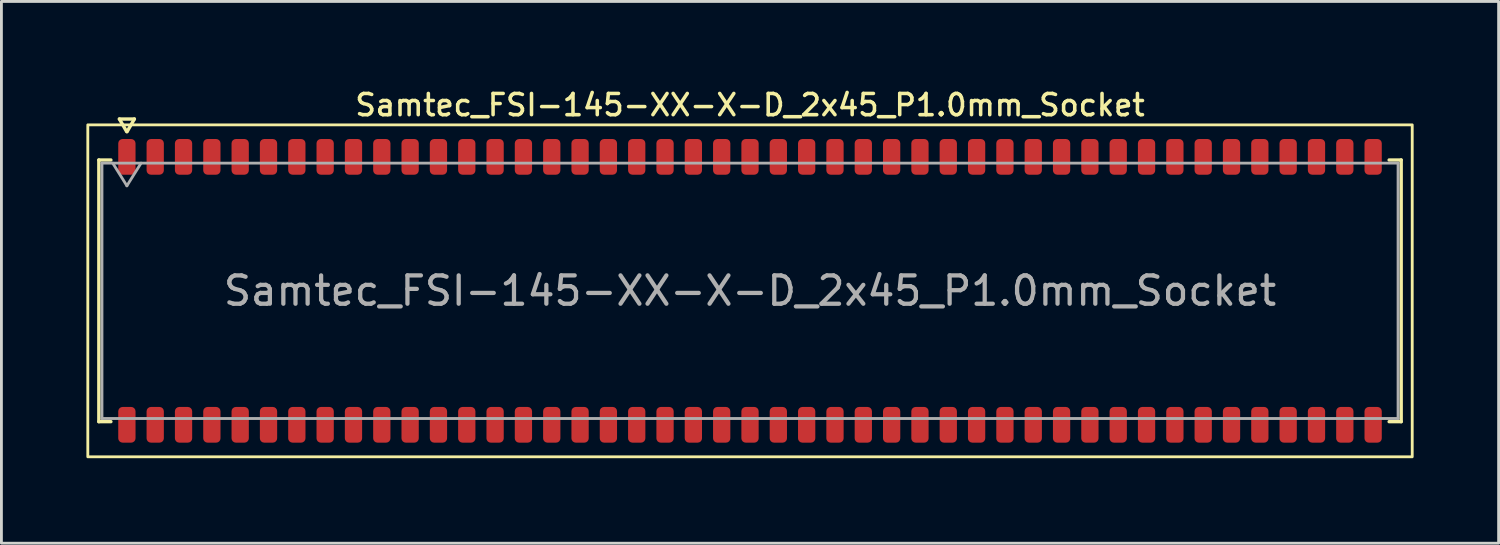
<source format=kicad_pcb>
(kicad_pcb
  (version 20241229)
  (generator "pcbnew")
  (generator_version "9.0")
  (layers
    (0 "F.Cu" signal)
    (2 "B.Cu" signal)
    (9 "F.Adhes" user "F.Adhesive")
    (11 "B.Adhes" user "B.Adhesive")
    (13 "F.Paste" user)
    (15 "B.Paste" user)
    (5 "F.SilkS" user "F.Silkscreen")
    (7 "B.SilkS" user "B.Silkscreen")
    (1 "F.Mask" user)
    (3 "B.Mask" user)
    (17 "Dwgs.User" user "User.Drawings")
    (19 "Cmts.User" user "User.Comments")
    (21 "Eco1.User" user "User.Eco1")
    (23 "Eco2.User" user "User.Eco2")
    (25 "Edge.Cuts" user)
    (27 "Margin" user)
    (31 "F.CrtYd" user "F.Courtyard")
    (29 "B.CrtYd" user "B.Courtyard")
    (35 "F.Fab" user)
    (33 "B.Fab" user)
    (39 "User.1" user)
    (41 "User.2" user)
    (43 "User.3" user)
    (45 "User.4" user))
  (footprint "Samtec_FSI-145-XX-X-D_2x45_P1.0mm_Socket"
    (layer "F.Cu")
    (at 23.43 7.218)
    (property "Reference" "Samtec_FSI-145-XX-X-D_2x45_P1.0mm_Socket" (at 0 -6.56 0) (layer "F.SilkS") (effects (font (size 0.75 0.75) (thickness 0.125))))
    (attr smd)
    (fp_line (start -22.99 -4.619) (end -22.565 -4.619) (stroke (width 0.12) (type solid)) (layer "F.SilkS"))
    (fp_line (start -22.99 4.619) (end -22.99 -4.619) (stroke (width 0.12) (type solid)) (layer "F.SilkS"))
    (fp_line (start -22.565 4.619) (end -22.99 4.619) (stroke (width 0.12) (type solid)) (layer "F.SilkS"))
    (fp_line (start -22.264 -6.066) (end -22.007 -5.62) (stroke (width 0.12) (type solid)) (layer "F.SilkS"))
    (fp_line (start -21.993 -5.62) (end -21.736 -6.066) (stroke (width 0.12) (type solid)) (layer "F.SilkS"))
    (fp_line (start -21.736 -6.066) (end -22.264 -6.066) (stroke (width 0.12) (type solid)) (layer "F.SilkS"))
    (fp_line (start 22.565 -4.619) (end 22.99 -4.619) (stroke (width 0.12) (type solid)) (layer "F.SilkS"))
    (fp_line (start 22.99 -4.619) (end 22.99 4.619) (stroke (width 0.12) (type solid)) (layer "F.SilkS"))
    (fp_line (start 22.99 4.619) (end 22.565 4.619) (stroke (width 0.12) (type solid)) (layer "F.SilkS"))
    (fp_rect (start -23.38 -5.86) (end 23.38 5.86) (stroke (width 0.1) (type solid)) (fill no) (layer "F.SilkS"))
    (fp_line (start -22.88 -4.508) (end 22.88 -4.508) (stroke (width 0.1) (type solid)) (layer "F.Fab"))
    (fp_line (start -22.88 4.508) (end -22.88 -4.508) (stroke (width 0.1) (type solid)) (layer "F.Fab"))
    (fp_line (start -22.5 -4.508) (end -22 -3.708) (stroke (width 0.1) (type solid)) (layer "F.Fab"))
    (fp_line (start -22 -3.708) (end -21.5 -4.508) (stroke (width 0.1) (type solid)) (layer "F.Fab"))
    (fp_line (start 22.88 -4.508) (end 22.88 4.508) (stroke (width 0.1) (type solid)) (layer "F.Fab"))
    (fp_line (start 22.88 4.508) (end -22.88 4.508) (stroke (width 0.1) (type solid)) (layer "F.Fab"))
    (fp_text user "${REFERENCE}" (at 0 0 0) (layer "F.Fab") (effects (font (size 1 1) (thickness 0.15))))
    (pad "1" smd roundrect (at -22 -4.73) (size 0.61 1.26) (layers "F.Cu" "F.Mask" "F.Paste") (roundrect_rratio 0.25))
    (pad "2" smd roundrect (at -22 4.73) (size 0.61 1.26) (layers "F.Cu" "F.Mask" "F.Paste") (roundrect_rratio 0.25))
    (pad "3" smd roundrect (at -21 -4.73) (size 0.61 1.26) (layers "F.Cu" "F.Mask" "F.Paste") (roundrect_rratio 0.25))
    (pad "4" smd roundrect (at -21 4.73) (size 0.61 1.26) (layers "F.Cu" "F.Mask" "F.Paste") (roundrect_rratio 0.25))
    (pad "5" smd roundrect (at -20 -4.73) (size 0.61 1.26) (layers "F.Cu" "F.Mask" "F.Paste") (roundrect_rratio 0.25))
    (pad "6" smd roundrect (at -20 4.73) (size 0.61 1.26) (layers "F.Cu" "F.Mask" "F.Paste") (roundrect_rratio 0.25))
    (pad "7" smd roundrect (at -19 -4.73) (size 0.61 1.26) (layers "F.Cu" "F.Mask" "F.Paste") (roundrect_rratio 0.25))
    (pad "8" smd roundrect (at -19 4.73) (size 0.61 1.26) (layers "F.Cu" "F.Mask" "F.Paste") (roundrect_rratio 0.25))
    (pad "9" smd roundrect (at -18 -4.73) (size 0.61 1.26) (layers "F.Cu" "F.Mask" "F.Paste") (roundrect_rratio 0.25))
    (pad "10" smd roundrect (at -18 4.73) (size 0.61 1.26) (layers "F.Cu" "F.Mask" "F.Paste") (roundrect_rratio 0.25))
    (pad "11" smd roundrect (at -17 -4.73) (size 0.61 1.26) (layers "F.Cu" "F.Mask" "F.Paste") (roundrect_rratio 0.25))
    (pad "12" smd roundrect (at -17 4.73) (size 0.61 1.26) (layers "F.Cu" "F.Mask" "F.Paste") (roundrect_rratio 0.25))
    (pad "13" smd roundrect (at -16 -4.73) (size 0.61 1.26) (layers "F.Cu" "F.Mask" "F.Paste") (roundrect_rratio 0.25))
    (pad "14" smd roundrect (at -16 4.73) (size 0.61 1.26) (layers "F.Cu" "F.Mask" "F.Paste") (roundrect_rratio 0.25))
    (pad "15" smd roundrect (at -15 -4.73) (size 0.61 1.26) (layers "F.Cu" "F.Mask" "F.Paste") (roundrect_rratio 0.25))
    (pad "16" smd roundrect (at -15 4.73) (size 0.61 1.26) (layers "F.Cu" "F.Mask" "F.Paste") (roundrect_rratio 0.25))
    (pad "17" smd roundrect (at -14 -4.73) (size 0.61 1.26) (layers "F.Cu" "F.Mask" "F.Paste") (roundrect_rratio 0.25))
    (pad "18" smd roundrect (at -14 4.73) (size 0.61 1.26) (layers "F.Cu" "F.Mask" "F.Paste") (roundrect_rratio 0.25))
    (pad "19" smd roundrect (at -13 -4.73) (size 0.61 1.26) (layers "F.Cu" "F.Mask" "F.Paste") (roundrect_rratio 0.25))
    (pad "20" smd roundrect (at -13 4.73) (size 0.61 1.26) (layers "F.Cu" "F.Mask" "F.Paste") (roundrect_rratio 0.25))
    (pad "21" smd roundrect (at -12 -4.73) (size 0.61 1.26) (layers "F.Cu" "F.Mask" "F.Paste") (roundrect_rratio 0.25))
    (pad "22" smd roundrect (at -12 4.73) (size 0.61 1.26) (layers "F.Cu" "F.Mask" "F.Paste") (roundrect_rratio 0.25))
    (pad "23" smd roundrect (at -11 -4.73) (size 0.61 1.26) (layers "F.Cu" "F.Mask" "F.Paste") (roundrect_rratio 0.25))
    (pad "24" smd roundrect (at -11 4.73) (size 0.61 1.26) (layers "F.Cu" "F.Mask" "F.Paste") (roundrect_rratio 0.25))
    (pad "25" smd roundrect (at -10 -4.73) (size 0.61 1.26) (layers "F.Cu" "F.Mask" "F.Paste") (roundrect_rratio 0.25))
    (pad "26" smd roundrect (at -10 4.73) (size 0.61 1.26) (layers "F.Cu" "F.Mask" "F.Paste") (roundrect_rratio 0.25))
    (pad "27" smd roundrect (at -9 -4.73) (size 0.61 1.26) (layers "F.Cu" "F.Mask" "F.Paste") (roundrect_rratio 0.25))
    (pad "28" smd roundrect (at -9 4.73) (size 0.61 1.26) (layers "F.Cu" "F.Mask" "F.Paste") (roundrect_rratio 0.25))
    (pad "29" smd roundrect (at -8 -4.73) (size 0.61 1.26) (layers "F.Cu" "F.Mask" "F.Paste") (roundrect_rratio 0.25))
    (pad "30" smd roundrect (at -8 4.73) (size 0.61 1.26) (layers "F.Cu" "F.Mask" "F.Paste") (roundrect_rratio 0.25))
    (pad "31" smd roundrect (at -7 -4.73) (size 0.61 1.26) (layers "F.Cu" "F.Mask" "F.Paste") (roundrect_rratio 0.25))
    (pad "32" smd roundrect (at -7 4.73) (size 0.61 1.26) (layers "F.Cu" "F.Mask" "F.Paste") (roundrect_rratio 0.25))
    (pad "33" smd roundrect (at -6 -4.73) (size 0.61 1.26) (layers "F.Cu" "F.Mask" "F.Paste") (roundrect_rratio 0.25))
    (pad "34" smd roundrect (at -6 4.73) (size 0.61 1.26) (layers "F.Cu" "F.Mask" "F.Paste") (roundrect_rratio 0.25))
    (pad "35" smd roundrect (at -5 -4.73) (size 0.61 1.26) (layers "F.Cu" "F.Mask" "F.Paste") (roundrect_rratio 0.25))
    (pad "36" smd roundrect (at -5 4.73) (size 0.61 1.26) (layers "F.Cu" "F.Mask" "F.Paste") (roundrect_rratio 0.25))
    (pad "37" smd roundrect (at -4 -4.73) (size 0.61 1.26) (layers "F.Cu" "F.Mask" "F.Paste") (roundrect_rratio 0.25))
    (pad "38" smd roundrect (at -4 4.73) (size 0.61 1.26) (layers "F.Cu" "F.Mask" "F.Paste") (roundrect_rratio 0.25))
    (pad "39" smd roundrect (at -3 -4.73) (size 0.61 1.26) (layers "F.Cu" "F.Mask" "F.Paste") (roundrect_rratio 0.25))
    (pad "40" smd roundrect (at -3 4.73) (size 0.61 1.26) (layers "F.Cu" "F.Mask" "F.Paste") (roundrect_rratio 0.25))
    (pad "41" smd roundrect (at -2 -4.73) (size 0.61 1.26) (layers "F.Cu" "F.Mask" "F.Paste") (roundrect_rratio 0.25))
    (pad "42" smd roundrect (at -2 4.73) (size 0.61 1.26) (layers "F.Cu" "F.Mask" "F.Paste") (roundrect_rratio 0.25))
    (pad "43" smd roundrect (at -1 -4.73) (size 0.61 1.26) (layers "F.Cu" "F.Mask" "F.Paste") (roundrect_rratio 0.25))
    (pad "44" smd roundrect (at -1 4.73) (size 0.61 1.26) (layers "F.Cu" "F.Mask" "F.Paste") (roundrect_rratio 0.25))
    (pad "45" smd roundrect (at 0 -4.73) (size 0.61 1.26) (layers "F.Cu" "F.Mask" "F.Paste") (roundrect_rratio 0.25))
    (pad "46" smd roundrect (at 0 4.73) (size 0.61 1.26) (layers "F.Cu" "F.Mask" "F.Paste") (roundrect_rratio 0.25))
    (pad "47" smd roundrect (at 1 -4.73) (size 0.61 1.26) (layers "F.Cu" "F.Mask" "F.Paste") (roundrect_rratio 0.25))
    (pad "48" smd roundrect (at 1 4.73) (size 0.61 1.26) (layers "F.Cu" "F.Mask" "F.Paste") (roundrect_rratio 0.25))
    (pad "49" smd roundrect (at 2 -4.73) (size 0.61 1.26) (layers "F.Cu" "F.Mask" "F.Paste") (roundrect_rratio 0.25))
    (pad "50" smd roundrect (at 2 4.73) (size 0.61 1.26) (layers "F.Cu" "F.Mask" "F.Paste") (roundrect_rratio 0.25))
    (pad "51" smd roundrect (at 3 -4.73) (size 0.61 1.26) (layers "F.Cu" "F.Mask" "F.Paste") (roundrect_rratio 0.25))
    (pad "52" smd roundrect (at 3 4.73) (size 0.61 1.26) (layers "F.Cu" "F.Mask" "F.Paste") (roundrect_rratio 0.25))
    (pad "53" smd roundrect (at 4 -4.73) (size 0.61 1.26) (layers "F.Cu" "F.Mask" "F.Paste") (roundrect_rratio 0.25))
    (pad "54" smd roundrect (at 4 4.73) (size 0.61 1.26) (layers "F.Cu" "F.Mask" "F.Paste") (roundrect_rratio 0.25))
    (pad "55" smd roundrect (at 5 -4.73) (size 0.61 1.26) (layers "F.Cu" "F.Mask" "F.Paste") (roundrect_rratio 0.25))
    (pad "56" smd roundrect (at 5 4.73) (size 0.61 1.26) (layers "F.Cu" "F.Mask" "F.Paste") (roundrect_rratio 0.25))
    (pad "57" smd roundrect (at 6 -4.73) (size 0.61 1.26) (layers "F.Cu" "F.Mask" "F.Paste") (roundrect_rratio 0.25))
    (pad "58" smd roundrect (at 6 4.73) (size 0.61 1.26) (layers "F.Cu" "F.Mask" "F.Paste") (roundrect_rratio 0.25))
    (pad "59" smd roundrect (at 7 -4.73) (size 0.61 1.26) (layers "F.Cu" "F.Mask" "F.Paste") (roundrect_rratio 0.25))
    (pad "60" smd roundrect (at 7 4.73) (size 0.61 1.26) (layers "F.Cu" "F.Mask" "F.Paste") (roundrect_rratio 0.25))
    (pad "61" smd roundrect (at 8 -4.73) (size 0.61 1.26) (layers "F.Cu" "F.Mask" "F.Paste") (roundrect_rratio 0.25))
    (pad "62" smd roundrect (at 8 4.73) (size 0.61 1.26) (layers "F.Cu" "F.Mask" "F.Paste") (roundrect_rratio 0.25))
    (pad "63" smd roundrect (at 9 -4.73) (size 0.61 1.26) (layers "F.Cu" "F.Mask" "F.Paste") (roundrect_rratio 0.25))
    (pad "64" smd roundrect (at 9 4.73) (size 0.61 1.26) (layers "F.Cu" "F.Mask" "F.Paste") (roundrect_rratio 0.25))
    (pad "65" smd roundrect (at 10 -4.73) (size 0.61 1.26) (layers "F.Cu" "F.Mask" "F.Paste") (roundrect_rratio 0.25))
    (pad "66" smd roundrect (at 10 4.73) (size 0.61 1.26) (layers "F.Cu" "F.Mask" "F.Paste") (roundrect_rratio 0.25))
    (pad "67" smd roundrect (at 11 -4.73) (size 0.61 1.26) (layers "F.Cu" "F.Mask" "F.Paste") (roundrect_rratio 0.25))
    (pad "68" smd roundrect (at 11 4.73) (size 0.61 1.26) (layers "F.Cu" "F.Mask" "F.Paste") (roundrect_rratio 0.25))
    (pad "69" smd roundrect (at 12 -4.73) (size 0.61 1.26) (layers "F.Cu" "F.Mask" "F.Paste") (roundrect_rratio 0.25))
    (pad "70" smd roundrect (at 12 4.73) (size 0.61 1.26) (layers "F.Cu" "F.Mask" "F.Paste") (roundrect_rratio 0.25))
    (pad "71" smd roundrect (at 13 -4.73) (size 0.61 1.26) (layers "F.Cu" "F.Mask" "F.Paste") (roundrect_rratio 0.25))
    (pad "72" smd roundrect (at 13 4.73) (size 0.61 1.26) (layers "F.Cu" "F.Mask" "F.Paste") (roundrect_rratio 0.25))
    (pad "73" smd roundrect (at 14 -4.73) (size 0.61 1.26) (layers "F.Cu" "F.Mask" "F.Paste") (roundrect_rratio 0.25))
    (pad "74" smd roundrect (at 14 4.73) (size 0.61 1.26) (layers "F.Cu" "F.Mask" "F.Paste") (roundrect_rratio 0.25))
    (pad "75" smd roundrect (at 15 -4.73) (size 0.61 1.26) (layers "F.Cu" "F.Mask" "F.Paste") (roundrect_rratio 0.25))
    (pad "76" smd roundrect (at 15 4.73) (size 0.61 1.26) (layers "F.Cu" "F.Mask" "F.Paste") (roundrect_rratio 0.25))
    (pad "77" smd roundrect (at 16 -4.73) (size 0.61 1.26) (layers "F.Cu" "F.Mask" "F.Paste") (roundrect_rratio 0.25))
    (pad "78" smd roundrect (at 16 4.73) (size 0.61 1.26) (layers "F.Cu" "F.Mask" "F.Paste") (roundrect_rratio 0.25))
    (pad "79" smd roundrect (at 17 -4.73) (size 0.61 1.26) (layers "F.Cu" "F.Mask" "F.Paste") (roundrect_rratio 0.25))
    (pad "80" smd roundrect (at 17 4.73) (size 0.61 1.26) (layers "F.Cu" "F.Mask" "F.Paste") (roundrect_rratio 0.25))
    (pad "81" smd roundrect (at 18 -4.73) (size 0.61 1.26) (layers "F.Cu" "F.Mask" "F.Paste") (roundrect_rratio 0.25))
    (pad "82" smd roundrect (at 18 4.73) (size 0.61 1.26) (layers "F.Cu" "F.Mask" "F.Paste") (roundrect_rratio 0.25))
    (pad "83" smd roundrect (at 19 -4.73) (size 0.61 1.26) (layers "F.Cu" "F.Mask" "F.Paste") (roundrect_rratio 0.25))
    (pad "84" smd roundrect (at 19 4.73) (size 0.61 1.26) (layers "F.Cu" "F.Mask" "F.Paste") (roundrect_rratio 0.25))
    (pad "85" smd roundrect (at 20 -4.73) (size 0.61 1.26) (layers "F.Cu" "F.Mask" "F.Paste") (roundrect_rratio 0.25))
    (pad "86" smd roundrect (at 20 4.73) (size 0.61 1.26) (layers "F.Cu" "F.Mask" "F.Paste") (roundrect_rratio 0.25))
    (pad "87" smd roundrect (at 21 -4.73) (size 0.61 1.26) (layers "F.Cu" "F.Mask" "F.Paste") (roundrect_rratio 0.25))
    (pad "88" smd roundrect (at 21 4.73) (size 0.61 1.26) (layers "F.Cu" "F.Mask" "F.Paste") (roundrect_rratio 0.25))
    (pad "89" smd roundrect (at 22 -4.73) (size 0.61 1.26) (layers "F.Cu" "F.Mask" "F.Paste") (roundrect_rratio 0.25))
    (pad "90" smd roundrect (at 22 4.73) (size 0.61 1.26) (layers "F.Cu" "F.Mask" "F.Paste") (roundrect_rratio 0.25)))
  (gr_rect
    (start -3 -3)
    (end 49.86 16.128)
    (stroke (width 0.1) (type default))
    (fill no)
    (layer "Edge.Cuts")))
</source>
